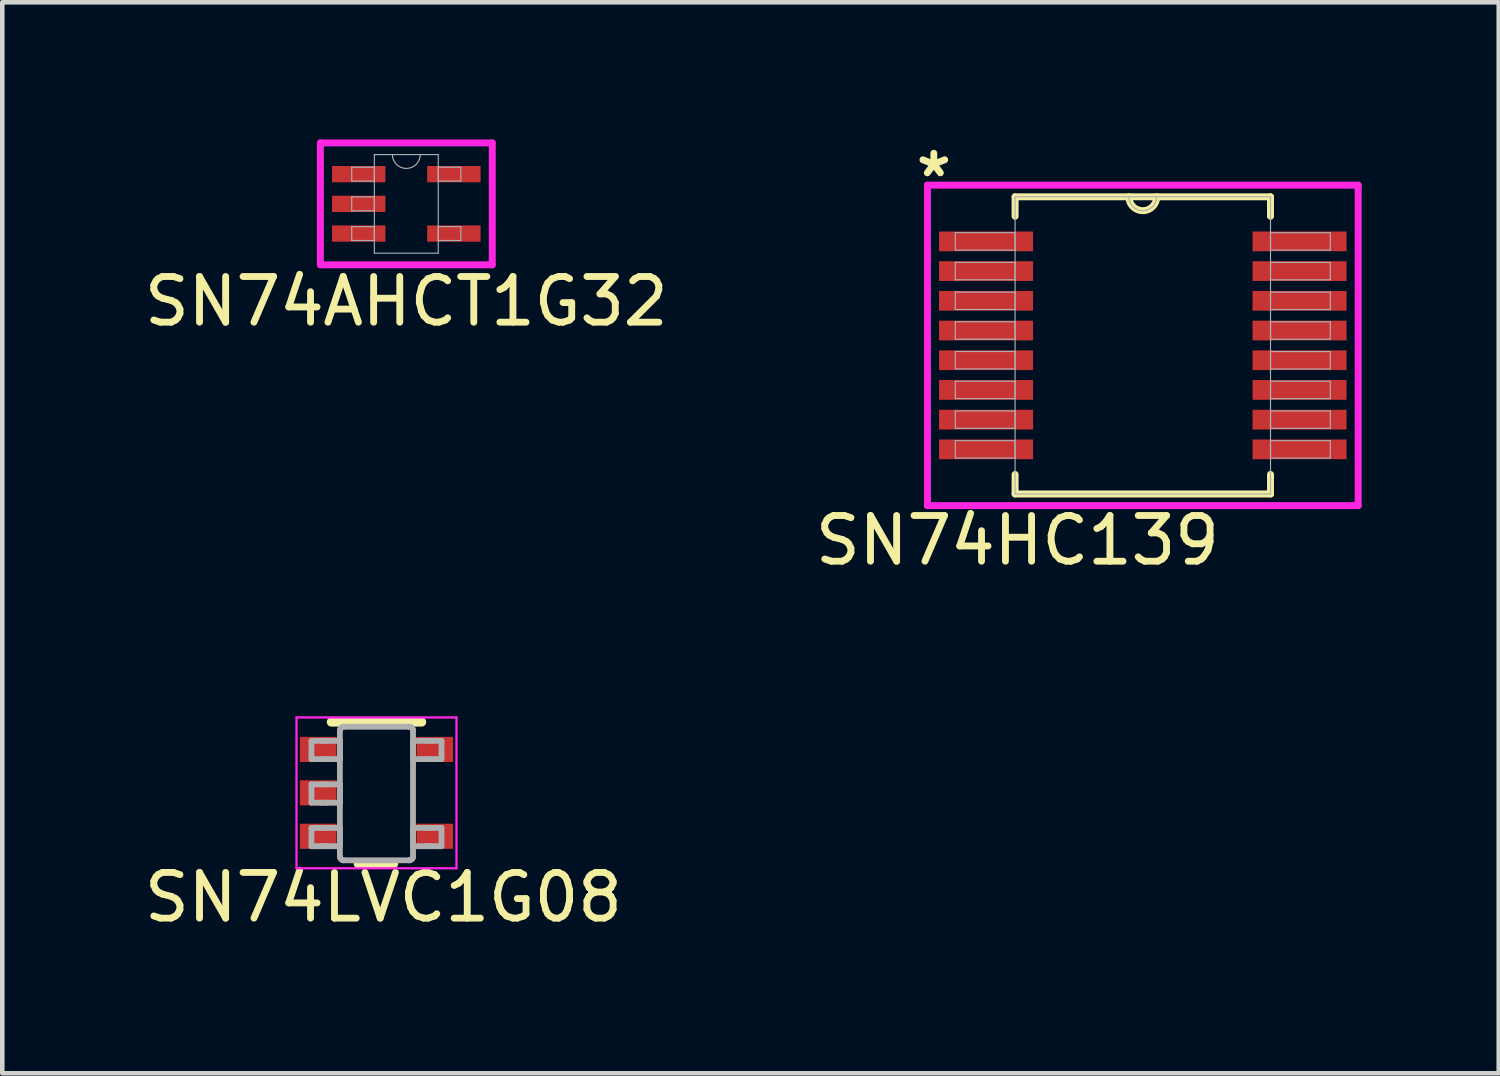
<source format=kicad_pcb>
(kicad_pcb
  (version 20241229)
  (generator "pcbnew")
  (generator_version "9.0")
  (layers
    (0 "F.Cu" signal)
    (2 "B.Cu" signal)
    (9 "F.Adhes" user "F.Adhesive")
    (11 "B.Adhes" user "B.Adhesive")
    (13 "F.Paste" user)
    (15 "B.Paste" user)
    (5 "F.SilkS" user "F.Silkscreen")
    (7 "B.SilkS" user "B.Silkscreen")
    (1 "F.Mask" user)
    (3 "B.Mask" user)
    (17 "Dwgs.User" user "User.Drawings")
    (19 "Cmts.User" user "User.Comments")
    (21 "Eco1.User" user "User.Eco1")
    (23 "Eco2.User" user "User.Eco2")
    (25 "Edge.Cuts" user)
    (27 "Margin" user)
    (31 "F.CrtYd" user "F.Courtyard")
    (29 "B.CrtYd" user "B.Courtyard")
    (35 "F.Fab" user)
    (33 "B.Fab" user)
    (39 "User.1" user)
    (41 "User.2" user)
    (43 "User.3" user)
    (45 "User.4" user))
  (footprint "SN74LVC1G08"
    (layer "F.Cu")
    (at 5.187 14.296)
    (property "Reference" "SN74LVC1G08" (at 0.152 2.286 0) (unlocked yes) (layer "F.SilkS") (effects (font (size 1 1) (thickness 0.15))))
    (attr smd)
    (fp_line (start -0.988 -1.55) (end 0.988 -1.55) (stroke (width 0.2) (type solid)) (layer "F.SilkS"))
    (fp_line (start -0.4 1.55) (end 0.375 1.55) (stroke (width 0.2) (type solid)) (layer "F.SilkS"))
    (fp_line (start -1.75 -1.65) (end 1.75 -1.65) (stroke (width 0.05) (type solid)) (layer "F.CrtYd"))
    (fp_line (start -1.75 1.65) (end -1.75 -1.65) (stroke (width 0.05) (type solid)) (layer "F.CrtYd"))
    (fp_line (start -1.75 1.65) (end 1.75 1.65) (stroke (width 0.05) (type solid)) (layer "F.CrtYd"))
    (fp_line (start 1.75 1.65) (end 1.75 -1.65) (stroke (width 0.05) (type solid)) (layer "F.CrtYd"))
    (fp_line (start -1.423 -1.138) (end -1.199 -1.138) (stroke (width 0.127) (type solid)) (layer "F.Fab"))
    (fp_line (start -1.423 -0.738) (end -1.423 -1.138) (stroke (width 0.127) (type solid)) (layer "F.Fab"))
    (fp_line (start -1.423 -0.738) (end -1.199 -0.738) (stroke (width 0.127) (type solid)) (layer "F.Fab"))
    (fp_line (start -1.423 -0.186) (end -1.199 -0.186) (stroke (width 0.127) (type solid)) (layer "F.Fab"))
    (fp_line (start -1.423 0.215) (end -1.423 -0.186) (stroke (width 0.127) (type solid)) (layer "F.Fab"))
    (fp_line (start -1.423 0.215) (end -1.199 0.215) (stroke (width 0.127) (type solid)) (layer "F.Fab"))
    (fp_line (start -1.423 0.767) (end -1.199 0.767) (stroke (width 0.127) (type solid)) (layer "F.Fab"))
    (fp_line (start -1.423 1.167) (end -1.423 0.767) (stroke (width 0.127) (type solid)) (layer "F.Fab"))
    (fp_line (start -1.423 1.167) (end -1.199 1.167) (stroke (width 0.127) (type solid)) (layer "F.Fab"))
    (fp_line (start -1.199 -1.138) (end -1.105 -1.138) (stroke (width 0.127) (type solid)) (layer "F.Fab"))
    (fp_line (start -1.199 -0.738) (end -1.105 -0.738) (stroke (width 0.127) (type solid)) (layer "F.Fab"))
    (fp_line (start -1.199 -0.186) (end -1.105 -0.186) (stroke (width 0.127) (type solid)) (layer "F.Fab"))
    (fp_line (start -1.199 0.215) (end -1.105 0.215) (stroke (width 0.127) (type solid)) (layer "F.Fab"))
    (fp_line (start -1.199 0.767) (end -1.105 0.767) (stroke (width 0.127) (type solid)) (layer "F.Fab"))
    (fp_line (start -1.199 1.167) (end -1.105 1.167) (stroke (width 0.127) (type solid)) (layer "F.Fab"))
    (fp_line (start -1.105 -1.138) (end -1.088 -1.138) (stroke (width 0.127) (type solid)) (layer "F.Fab"))
    (fp_line (start -1.105 -0.738) (end -1.088 -0.738) (stroke (width 0.127) (type solid)) (layer "F.Fab"))
    (fp_line (start -1.105 -0.186) (end -1.088 -0.186) (stroke (width 0.127) (type solid)) (layer "F.Fab"))
    (fp_line (start -1.105 0.215) (end -1.088 0.215) (stroke (width 0.127) (type solid)) (layer "F.Fab"))
    (fp_line (start -1.105 0.767) (end -1.088 0.767) (stroke (width 0.127) (type solid)) (layer "F.Fab"))
    (fp_line (start -1.105 1.167) (end -1.088 1.167) (stroke (width 0.127) (type solid)) (layer "F.Fab"))
    (fp_line (start -1.088 -1.138) (end -0.835 -1.138) (stroke (width 0.127) (type solid)) (layer "F.Fab"))
    (fp_line (start -1.088 -0.738) (end -0.835 -0.738) (stroke (width 0.127) (type solid)) (layer "F.Fab"))
    (fp_line (start -1.088 -0.186) (end -0.835 -0.186) (stroke (width 0.127) (type solid)) (layer "F.Fab"))
    (fp_line (start -1.088 0.215) (end -0.835 0.215) (stroke (width 0.127) (type solid)) (layer "F.Fab"))
    (fp_line (start -1.088 0.767) (end -0.835 0.767) (stroke (width 0.127) (type solid)) (layer "F.Fab"))
    (fp_line (start -1.088 1.167) (end -0.835 1.167) (stroke (width 0.127) (type solid)) (layer "F.Fab"))
    (fp_line (start -0.835 -1.138) (end -0.801 -1.138) (stroke (width 0.127) (type solid)) (layer "F.Fab"))
    (fp_line (start -0.835 -0.738) (end -0.801 -0.738) (stroke (width 0.127) (type solid)) (layer "F.Fab"))
    (fp_line (start -0.835 -0.186) (end -0.801 -0.186) (stroke (width 0.127) (type solid)) (layer "F.Fab"))
    (fp_line (start -0.835 0.215) (end -0.801 0.215) (stroke (width 0.127) (type solid)) (layer "F.Fab"))
    (fp_line (start -0.835 0.767) (end -0.801 0.767) (stroke (width 0.127) (type solid)) (layer "F.Fab"))
    (fp_line (start -0.835 1.167) (end -0.801 1.167) (stroke (width 0.127) (type solid)) (layer "F.Fab"))
    (fp_line (start -0.801 -1.37) (end -0.801 -1.371) (stroke (width 0.127) (type solid)) (layer "F.Fab"))
    (fp_line (start -0.801 -0.738) (end -0.801 -1.138) (stroke (width 0.127) (type solid)) (layer "F.Fab"))
    (fp_line (start -0.801 0.215) (end -0.801 -0.186) (stroke (width 0.127) (type solid)) (layer "F.Fab"))
    (fp_line (start -0.801 1.167) (end -0.801 0.767) (stroke (width 0.127) (type solid)) (layer "F.Fab"))
    (fp_line (start -0.801 1.399) (end -0.801 -1.37) (stroke (width 0.127) (type solid)) (layer "F.Fab"))
    (fp_line (start -0.801 1.4) (end -0.801 1.399) (stroke (width 0.127) (type solid)) (layer "F.Fab"))
    (fp_line (start -0.725 -1.446) (end -0.725 -1.446) (stroke (width 0.127) (type solid)) (layer "F.Fab"))
    (fp_line (start -0.725 1.475) (end -0.725 1.475) (stroke (width 0.127) (type solid)) (layer "F.Fab"))
    (fp_line (start -0.725 -1.446) (end 0.723 -1.446) (stroke (width 0.127) (type solid)) (layer "F.Fab"))
    (fp_line (start -0.725 1.475) (end 0.723 1.475) (stroke (width 0.127) (type solid)) (layer "F.Fab"))
    (fp_line (start 0.723 -1.446) (end 0.724 -1.446) (stroke (width 0.127) (type solid)) (layer "F.Fab"))
    (fp_line (start 0.723 1.475) (end 0.724 1.475) (stroke (width 0.127) (type solid)) (layer "F.Fab"))
    (fp_line (start 0.799 -1.37) (end 0.799 -1.371) (stroke (width 0.127) (type solid)) (layer "F.Fab"))
    (fp_line (start 0.799 -1.138) (end 0.834 -1.138) (stroke (width 0.127) (type solid)) (layer "F.Fab"))
    (fp_line (start 0.799 -0.738) (end 0.799 -1.138) (stroke (width 0.127) (type solid)) (layer "F.Fab"))
    (fp_line (start 0.799 -0.738) (end 0.834 -0.738) (stroke (width 0.127) (type solid)) (layer "F.Fab"))
    (fp_line (start 0.799 0.767) (end 0.834 0.767) (stroke (width 0.127) (type solid)) (layer "F.Fab"))
    (fp_line (start 0.799 1.167) (end 0.799 0.767) (stroke (width 0.127) (type solid)) (layer "F.Fab"))
    (fp_line (start 0.799 1.167) (end 0.834 1.167) (stroke (width 0.127) (type solid)) (layer "F.Fab"))
    (fp_line (start 0.799 1.399) (end 0.799 -1.37) (stroke (width 0.127) (type solid)) (layer "F.Fab"))
    (fp_line (start 0.799 1.4) (end 0.799 1.399) (stroke (width 0.127) (type solid)) (layer "F.Fab"))
    (fp_line (start 0.834 -1.138) (end 1.087 -1.138) (stroke (width 0.127) (type solid)) (layer "F.Fab"))
    (fp_line (start 0.834 -0.738) (end 1.087 -0.738) (stroke (width 0.127) (type solid)) (layer "F.Fab"))
    (fp_line (start 0.834 0.767) (end 1.087 0.767) (stroke (width 0.127) (type solid)) (layer "F.Fab"))
    (fp_line (start 0.834 1.167) (end 1.087 1.167) (stroke (width 0.127) (type solid)) (layer "F.Fab"))
    (fp_line (start 1.087 -1.138) (end 1.103 -1.138) (stroke (width 0.127) (type solid)) (layer "F.Fab"))
    (fp_line (start 1.087 -0.738) (end 1.103 -0.738) (stroke (width 0.127) (type solid)) (layer "F.Fab"))
    (fp_line (start 1.087 0.767) (end 1.103 0.767) (stroke (width 0.127) (type solid)) (layer "F.Fab"))
    (fp_line (start 1.087 1.167) (end 1.103 1.167) (stroke (width 0.127) (type solid)) (layer "F.Fab"))
    (fp_line (start 1.103 -1.138) (end 1.198 -1.138) (stroke (width 0.127) (type solid)) (layer "F.Fab"))
    (fp_line (start 1.103 -0.738) (end 1.198 -0.738) (stroke (width 0.127) (type solid)) (layer "F.Fab"))
    (fp_line (start 1.103 0.767) (end 1.198 0.767) (stroke (width 0.127) (type solid)) (layer "F.Fab"))
    (fp_line (start 1.103 1.167) (end 1.198 1.167) (stroke (width 0.127) (type solid)) (layer "F.Fab"))
    (fp_line (start 1.198 -1.138) (end 1.422 -1.138) (stroke (width 0.127) (type solid)) (layer "F.Fab"))
    (fp_line (start 1.198 -0.738) (end 1.422 -0.738) (stroke (width 0.127) (type solid)) (layer "F.Fab"))
    (fp_line (start 1.198 0.767) (end 1.422 0.767) (stroke (width 0.127) (type solid)) (layer "F.Fab"))
    (fp_line (start 1.198 1.167) (end 1.422 1.167) (stroke (width 0.127) (type solid)) (layer "F.Fab"))
    (fp_line (start 1.422 -0.738) (end 1.422 -1.138) (stroke (width 0.127) (type solid)) (layer "F.Fab"))
    (fp_line (start 1.422 1.167) (end 1.422 0.767) (stroke (width 0.127) (type solid)) (layer "F.Fab"))
    (fp_arc (start -0.80074 -1.37084) (mid -0.778218 -1.423887) (end -0.724999 -1.445998) (stroke (width 0.127) (type solid)) (layer "F.Fab"))
    (fp_arc (start -0.724999 1.475) (mid -0.778213 1.452901) (end -0.80074 1.399867) (stroke (width 0.127) (type solid)) (layer "F.Fab"))
    (fp_arc (start 0.723714 -1.445998) (mid 0.776933 -1.423887) (end 0.799455 -1.37084) (stroke (width 0.127) (type solid)) (layer "F.Fab"))
    (fp_arc (start 0.799455 1.399868) (mid 0.776927 1.452901) (end 0.723713 1.475) (stroke (width 0.127) (type solid)) (layer "F.Fab"))
    (pad "1" smd rect (at -1.275 -0.95 90) (size 0.55 0.8) (layers "F.Cu" "F.Mask" "F.Paste"))
    (pad "2" smd rect (at -1.275 0 90) (size 0.55 0.8) (layers "F.Cu" "F.Mask" "F.Paste"))
    (pad "3" smd rect (at -1.275 0.95 90) (size 0.55 0.8) (layers "F.Cu" "F.Mask" "F.Paste"))
    (pad "4" smd rect (at 1.275 0.95 90) (size 0.55 0.8) (layers "F.Cu" "F.Mask" "F.Paste"))
    (pad "5" smd rect (at 1.275 -0.95 90) (size 0.55 0.8) (layers "F.Cu" "F.Mask" "F.Paste")))
  (footprint "SN74HC139"
    (layer "F.Cu")
    (at 21.952 4.506)
    (property "Reference" "SN74HC139" (at -2.743 4.267 0) (unlocked yes) (layer "F.SilkS") (effects (font (size 1 1) (thickness 0.15))))
    (attr smd)
    (fp_line (start -2.794 -3.251) (end -2.794 -2.824) (stroke (width 0.152) (type solid)) (layer "F.SilkS"))
    (fp_line (start -2.794 2.824) (end -2.794 3.251) (stroke (width 0.152) (type solid)) (layer "F.SilkS"))
    (fp_line (start -2.794 3.251) (end 2.794 3.251) (stroke (width 0.152) (type solid)) (layer "F.SilkS"))
    (fp_line (start 2.794 -3.251) (end -2.794 -3.251) (stroke (width 0.152) (type solid)) (layer "F.SilkS"))
    (fp_line (start 2.794 -2.824) (end 2.794 -3.251) (stroke (width 0.152) (type solid)) (layer "F.SilkS"))
    (fp_line (start 2.794 3.251) (end 2.794 2.824) (stroke (width 0.152) (type solid)) (layer "F.SilkS"))
    (fp_arc (start 0.3048 -3.2512) (mid 0 -2.9464) (end -0.3048 -3.2512) (stroke (width 0.1524) (type solid)) (layer "F.SilkS"))
    (fp_line (start -4.712 -3.505) (end 4.712 -3.505) (stroke (width 0.152) (type solid)) (layer "F.CrtYd"))
    (fp_line (start -4.712 3.505) (end -4.712 -3.505) (stroke (width 0.152) (type solid)) (layer "F.CrtYd"))
    (fp_line (start 4.712 -3.505) (end 4.712 3.505) (stroke (width 0.152) (type solid)) (layer "F.CrtYd"))
    (fp_line (start 4.712 3.505) (end -4.712 3.505) (stroke (width 0.152) (type solid)) (layer "F.CrtYd"))
    (fp_line (start -4.102 -2.466) (end -4.102 -2.084) (stroke (width 0.025) (type solid)) (layer "F.Fab"))
    (fp_line (start -4.102 -2.084) (end -2.794 -2.084) (stroke (width 0.025) (type solid)) (layer "F.Fab"))
    (fp_line (start -4.102 -1.816) (end -4.102 -1.435) (stroke (width 0.025) (type solid)) (layer "F.Fab"))
    (fp_line (start -4.102 -1.435) (end -2.794 -1.435) (stroke (width 0.025) (type solid)) (layer "F.Fab"))
    (fp_line (start -4.102 -1.166) (end -4.102 -0.785) (stroke (width 0.025) (type solid)) (layer "F.Fab"))
    (fp_line (start -4.102 -0.785) (end -2.794 -0.785) (stroke (width 0.025) (type solid)) (layer "F.Fab"))
    (fp_line (start -4.102 -0.516) (end -4.102 -0.135) (stroke (width 0.025) (type solid)) (layer "F.Fab"))
    (fp_line (start -4.102 -0.135) (end -2.794 -0.135) (stroke (width 0.025) (type solid)) (layer "F.Fab"))
    (fp_line (start -4.102 0.134) (end -4.102 0.515) (stroke (width 0.025) (type solid)) (layer "F.Fab"))
    (fp_line (start -4.102 0.515) (end -2.794 0.515) (stroke (width 0.025) (type solid)) (layer "F.Fab"))
    (fp_line (start -4.102 0.784) (end -4.102 1.165) (stroke (width 0.025) (type solid)) (layer "F.Fab"))
    (fp_line (start -4.102 1.165) (end -2.794 1.165) (stroke (width 0.025) (type solid)) (layer "F.Fab"))
    (fp_line (start -4.102 1.434) (end -4.102 1.815) (stroke (width 0.025) (type solid)) (layer "F.Fab"))
    (fp_line (start -4.102 1.815) (end -2.794 1.815) (stroke (width 0.025) (type solid)) (layer "F.Fab"))
    (fp_line (start -4.102 2.084) (end -4.102 2.465) (stroke (width 0.025) (type solid)) (layer "F.Fab"))
    (fp_line (start -4.102 2.465) (end -2.794 2.465) (stroke (width 0.025) (type solid)) (layer "F.Fab"))
    (fp_line (start -2.794 -3.251) (end -2.794 3.251) (stroke (width 0.025) (type solid)) (layer "F.Fab"))
    (fp_line (start -2.794 -2.466) (end -4.102 -2.466) (stroke (width 0.025) (type solid)) (layer "F.Fab"))
    (fp_line (start -2.794 -2.084) (end -2.794 -2.466) (stroke (width 0.025) (type solid)) (layer "F.Fab"))
    (fp_line (start -2.794 -1.816) (end -4.102 -1.816) (stroke (width 0.025) (type solid)) (layer "F.Fab"))
    (fp_line (start -2.794 -1.435) (end -2.794 -1.816) (stroke (width 0.025) (type solid)) (layer "F.Fab"))
    (fp_line (start -2.794 -1.166) (end -4.102 -1.166) (stroke (width 0.025) (type solid)) (layer "F.Fab"))
    (fp_line (start -2.794 -0.785) (end -2.794 -1.166) (stroke (width 0.025) (type solid)) (layer "F.Fab"))
    (fp_line (start -2.794 -0.516) (end -4.102 -0.516) (stroke (width 0.025) (type solid)) (layer "F.Fab"))
    (fp_line (start -2.794 -0.135) (end -2.794 -0.516) (stroke (width 0.025) (type solid)) (layer "F.Fab"))
    (fp_line (start -2.794 0.134) (end -4.102 0.134) (stroke (width 0.025) (type solid)) (layer "F.Fab"))
    (fp_line (start -2.794 0.515) (end -2.794 0.134) (stroke (width 0.025) (type solid)) (layer "F.Fab"))
    (fp_line (start -2.794 0.784) (end -4.102 0.784) (stroke (width 0.025) (type solid)) (layer "F.Fab"))
    (fp_line (start -2.794 1.165) (end -2.794 0.784) (stroke (width 0.025) (type solid)) (layer "F.Fab"))
    (fp_line (start -2.794 1.434) (end -4.102 1.434) (stroke (width 0.025) (type solid)) (layer "F.Fab"))
    (fp_line (start -2.794 1.815) (end -2.794 1.434) (stroke (width 0.025) (type solid)) (layer "F.Fab"))
    (fp_line (start -2.794 2.084) (end -4.102 2.084) (stroke (width 0.025) (type solid)) (layer "F.Fab"))
    (fp_line (start -2.794 2.465) (end -2.794 2.084) (stroke (width 0.025) (type solid)) (layer "F.Fab"))
    (fp_line (start -2.794 3.251) (end 2.794 3.251) (stroke (width 0.025) (type solid)) (layer "F.Fab"))
    (fp_line (start 2.794 -3.251) (end -2.794 -3.251) (stroke (width 0.025) (type solid)) (layer "F.Fab"))
    (fp_line (start 2.794 -2.465) (end 2.794 -2.084) (stroke (width 0.025) (type solid)) (layer "F.Fab"))
    (fp_line (start 2.794 -2.084) (end 4.102 -2.084) (stroke (width 0.025) (type solid)) (layer "F.Fab"))
    (fp_line (start 2.794 -1.815) (end 2.794 -1.434) (stroke (width 0.025) (type solid)) (layer "F.Fab"))
    (fp_line (start 2.794 -1.434) (end 4.102 -1.434) (stroke (width 0.025) (type solid)) (layer "F.Fab"))
    (fp_line (start 2.794 -1.165) (end 2.794 -0.784) (stroke (width 0.025) (type solid)) (layer "F.Fab"))
    (fp_line (start 2.794 -0.784) (end 4.102 -0.784) (stroke (width 0.025) (type solid)) (layer "F.Fab"))
    (fp_line (start 2.794 -0.515) (end 2.794 -0.134) (stroke (width 0.025) (type solid)) (layer "F.Fab"))
    (fp_line (start 2.794 -0.134) (end 4.102 -0.134) (stroke (width 0.025) (type solid)) (layer "F.Fab"))
    (fp_line (start 2.794 0.135) (end 2.794 0.516) (stroke (width 0.025) (type solid)) (layer "F.Fab"))
    (fp_line (start 2.794 0.516) (end 4.102 0.516) (stroke (width 0.025) (type solid)) (layer "F.Fab"))
    (fp_line (start 2.794 0.785) (end 2.794 1.166) (stroke (width 0.025) (type solid)) (layer "F.Fab"))
    (fp_line (start 2.794 1.166) (end 4.102 1.166) (stroke (width 0.025) (type solid)) (layer "F.Fab"))
    (fp_line (start 2.794 1.435) (end 2.794 1.816) (stroke (width 0.025) (type solid)) (layer "F.Fab"))
    (fp_line (start 2.794 1.816) (end 4.102 1.816) (stroke (width 0.025) (type solid)) (layer "F.Fab"))
    (fp_line (start 2.794 2.084) (end 2.794 2.466) (stroke (width 0.025) (type solid)) (layer "F.Fab"))
    (fp_line (start 2.794 2.466) (end 4.102 2.466) (stroke (width 0.025) (type solid)) (layer "F.Fab"))
    (fp_line (start 2.794 3.251) (end 2.794 -3.251) (stroke (width 0.025) (type solid)) (layer "F.Fab"))
    (fp_line (start 4.102 -2.465) (end 2.794 -2.465) (stroke (width 0.025) (type solid)) (layer "F.Fab"))
    (fp_line (start 4.102 -2.084) (end 4.102 -2.465) (stroke (width 0.025) (type solid)) (layer "F.Fab"))
    (fp_line (start 4.102 -1.815) (end 2.794 -1.815) (stroke (width 0.025) (type solid)) (layer "F.Fab"))
    (fp_line (start 4.102 -1.434) (end 4.102 -1.815) (stroke (width 0.025) (type solid)) (layer "F.Fab"))
    (fp_line (start 4.102 -1.165) (end 2.794 -1.165) (stroke (width 0.025) (type solid)) (layer "F.Fab"))
    (fp_line (start 4.102 -0.784) (end 4.102 -1.165) (stroke (width 0.025) (type solid)) (layer "F.Fab"))
    (fp_line (start 4.102 -0.515) (end 2.794 -0.515) (stroke (width 0.025) (type solid)) (layer "F.Fab"))
    (fp_line (start 4.102 -0.134) (end 4.102 -0.515) (stroke (width 0.025) (type solid)) (layer "F.Fab"))
    (fp_line (start 4.102 0.135) (end 2.794 0.135) (stroke (width 0.025) (type solid)) (layer "F.Fab"))
    (fp_line (start 4.102 0.516) (end 4.102 0.135) (stroke (width 0.025) (type solid)) (layer "F.Fab"))
    (fp_line (start 4.102 0.785) (end 2.794 0.785) (stroke (width 0.025) (type solid)) (layer "F.Fab"))
    (fp_line (start 4.102 1.166) (end 4.102 0.785) (stroke (width 0.025) (type solid)) (layer "F.Fab"))
    (fp_line (start 4.102 1.435) (end 2.794 1.435) (stroke (width 0.025) (type solid)) (layer "F.Fab"))
    (fp_line (start 4.102 1.816) (end 4.102 1.435) (stroke (width 0.025) (type solid)) (layer "F.Fab"))
    (fp_line (start 4.102 2.084) (end 2.794 2.084) (stroke (width 0.025) (type solid)) (layer "F.Fab"))
    (fp_line (start 4.102 2.466) (end 4.102 2.084) (stroke (width 0.025) (type solid)) (layer "F.Fab"))
    (fp_arc (start 0.3048 -3.2512) (mid 0 -2.9464) (end -0.3048 -3.2512) (stroke (width 0.0254) (type solid)) (layer "F.Fab"))
    (fp_text user "*" (at -4.572 -3.658 0) (unlocked yes) (layer "F.SilkS") (effects (font (size 1 1) (thickness 0.15))))
    (pad "1" smd rect (at -3.429 -2.275) (size 2.057 0.432) (layers "F.Cu" "F.Mask" "F.Paste"))
    (pad "2" smd rect (at -3.429 -1.625) (size 2.057 0.432) (layers "F.Cu" "F.Mask" "F.Paste"))
    (pad "3" smd rect (at -3.429 -0.975) (size 2.057 0.432) (layers "F.Cu" "F.Mask" "F.Paste"))
    (pad "4" smd rect (at -3.429 -0.325) (size 2.057 0.432) (layers "F.Cu" "F.Mask" "F.Paste"))
    (pad "5" smd rect (at -3.429 0.325) (size 2.057 0.432) (layers "F.Cu" "F.Mask" "F.Paste"))
    (pad "6" smd rect (at -3.429 0.975) (size 2.057 0.432) (layers "F.Cu" "F.Mask" "F.Paste"))
    (pad "7" smd rect (at -3.429 1.625) (size 2.057 0.432) (layers "F.Cu" "F.Mask" "F.Paste"))
    (pad "8" smd rect (at -3.429 2.275) (size 2.057 0.432) (layers "F.Cu" "F.Mask" "F.Paste"))
    (pad "9" smd rect (at 3.429 2.275) (size 2.057 0.432) (layers "F.Cu" "F.Mask" "F.Paste"))
    (pad "10" smd rect (at 3.429 1.625) (size 2.057 0.432) (layers "F.Cu" "F.Mask" "F.Paste"))
    (pad "11" smd rect (at 3.429 0.975) (size 2.057 0.432) (layers "F.Cu" "F.Mask" "F.Paste"))
    (pad "12" smd rect (at 3.429 0.325) (size 2.057 0.432) (layers "F.Cu" "F.Mask" "F.Paste"))
    (pad "13" smd rect (at 3.429 -0.325) (size 2.057 0.432) (layers "F.Cu" "F.Mask" "F.Paste"))
    (pad "14" smd rect (at 3.429 -0.975) (size 2.057 0.432) (layers "F.Cu" "F.Mask" "F.Paste"))
    (pad "15" smd rect (at 3.429 -1.625) (size 2.057 0.432) (layers "F.Cu" "F.Mask" "F.Paste"))
    (pad "16" smd rect (at 3.429 -2.275) (size 2.057 0.432) (layers "F.Cu" "F.Mask" "F.Paste")))
  (footprint "SN74AHCT1G32"
    (layer "F.Cu")
    (at 5.839 1.41)
    (property "Reference" "SN74AHCT1G32" (at 0 2.134 0) (unlocked yes) (layer "F.SilkS") (effects (font (size 1 1) (thickness 0.15))))
    (attr smd)
    (fp_line (start -1.88 -1.333) (end 1.88 -1.333) (stroke (width 0.152) (type solid)) (layer "F.CrtYd"))
    (fp_line (start -1.88 1.333) (end -1.88 -1.333) (stroke (width 0.152) (type solid)) (layer "F.CrtYd"))
    (fp_line (start 1.88 -1.333) (end 1.88 1.333) (stroke (width 0.152) (type solid)) (layer "F.CrtYd"))
    (fp_line (start 1.88 1.333) (end -1.88 1.333) (stroke (width 0.152) (type solid)) (layer "F.CrtYd"))
    (fp_line (start -1.194 -0.802) (end -1.194 -0.498) (stroke (width 0.025) (type solid)) (layer "F.Fab"))
    (fp_line (start -1.194 -0.498) (end -0.699 -0.498) (stroke (width 0.025) (type solid)) (layer "F.Fab"))
    (fp_line (start -1.194 -0.152) (end -1.194 0.152) (stroke (width 0.025) (type solid)) (layer "F.Fab"))
    (fp_line (start -1.194 0.152) (end -0.699 0.152) (stroke (width 0.025) (type solid)) (layer "F.Fab"))
    (fp_line (start -1.194 0.498) (end -1.194 0.802) (stroke (width 0.025) (type solid)) (layer "F.Fab"))
    (fp_line (start -1.194 0.802) (end -0.699 0.802) (stroke (width 0.025) (type solid)) (layer "F.Fab"))
    (fp_line (start -0.699 -1.079) (end -0.699 1.079) (stroke (width 0.025) (type solid)) (layer "F.Fab"))
    (fp_line (start -0.699 -0.802) (end -1.194 -0.802) (stroke (width 0.025) (type solid)) (layer "F.Fab"))
    (fp_line (start -0.699 -0.498) (end -0.699 -0.802) (stroke (width 0.025) (type solid)) (layer "F.Fab"))
    (fp_line (start -0.699 -0.152) (end -1.194 -0.152) (stroke (width 0.025) (type solid)) (layer "F.Fab"))
    (fp_line (start -0.699 0.152) (end -0.699 -0.152) (stroke (width 0.025) (type solid)) (layer "F.Fab"))
    (fp_line (start -0.699 0.498) (end -1.194 0.498) (stroke (width 0.025) (type solid)) (layer "F.Fab"))
    (fp_line (start -0.699 0.802) (end -0.699 0.498) (stroke (width 0.025) (type solid)) (layer "F.Fab"))
    (fp_line (start -0.699 1.079) (end 0.699 1.079) (stroke (width 0.025) (type solid)) (layer "F.Fab"))
    (fp_line (start 0.699 -1.079) (end -0.699 -1.079) (stroke (width 0.025) (type solid)) (layer "F.Fab"))
    (fp_line (start 0.699 -0.802) (end 0.699 -0.498) (stroke (width 0.025) (type solid)) (layer "F.Fab"))
    (fp_line (start 0.699 -0.498) (end 1.194 -0.498) (stroke (width 0.025) (type solid)) (layer "F.Fab"))
    (fp_line (start 0.699 0.498) (end 0.699 0.802) (stroke (width 0.025) (type solid)) (layer "F.Fab"))
    (fp_line (start 0.699 0.802) (end 1.194 0.802) (stroke (width 0.025) (type solid)) (layer "F.Fab"))
    (fp_line (start 0.699 1.079) (end 0.699 -1.079) (stroke (width 0.025) (type solid)) (layer "F.Fab"))
    (fp_line (start 1.194 -0.802) (end 0.699 -0.802) (stroke (width 0.025) (type solid)) (layer "F.Fab"))
    (fp_line (start 1.194 -0.498) (end 1.194 -0.802) (stroke (width 0.025) (type solid)) (layer "F.Fab"))
    (fp_line (start 1.194 0.498) (end 0.699 0.498) (stroke (width 0.025) (type solid)) (layer "F.Fab"))
    (fp_line (start 1.194 0.802) (end 1.194 0.498) (stroke (width 0.025) (type solid)) (layer "F.Fab"))
    (fp_arc (start 0.3048 -1.0795) (mid 0 -0.7747) (end -0.3048 -1.0795) (stroke (width 0.0254) (type solid)) (layer "F.Fab"))
    (pad "1" smd rect (at -1.041 -0.65) (size 1.168 0.356) (layers "F.Cu" "F.Mask" "F.Paste"))
    (pad "2" smd rect (at -1.041 0) (size 1.168 0.356) (layers "F.Cu" "F.Mask" "F.Paste"))
    (pad "3" smd rect (at -1.041 0.65) (size 1.168 0.356) (layers "F.Cu" "F.Mask" "F.Paste"))
    (pad "4" smd rect (at 1.041 0.65) (size 1.168 0.356) (layers "F.Cu" "F.Mask" "F.Paste"))
    (pad "5" smd rect (at 1.041 -0.65) (size 1.168 0.356) (layers "F.Cu" "F.Mask" "F.Paste")))
  (gr_rect
    (start -3 -3)
    (end 29.739 20.431)
    (stroke (width 0.1) (type default))
    (fill no)
    (layer "Edge.Cuts")))
</source>
